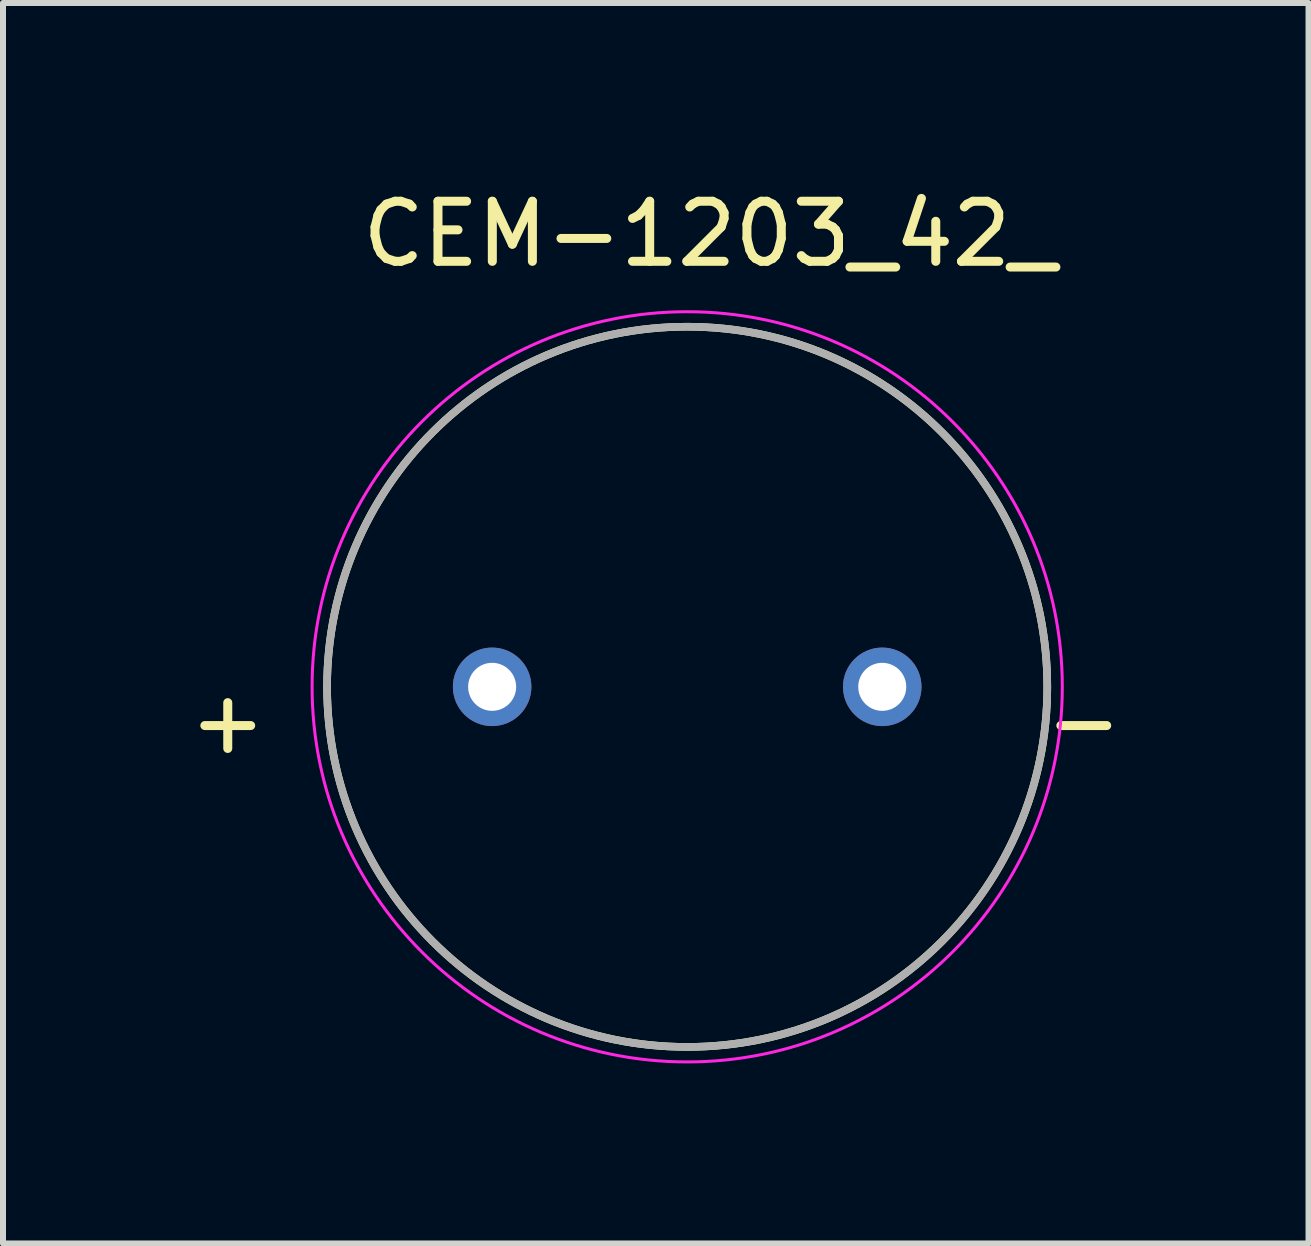
<source format=kicad_pcb>
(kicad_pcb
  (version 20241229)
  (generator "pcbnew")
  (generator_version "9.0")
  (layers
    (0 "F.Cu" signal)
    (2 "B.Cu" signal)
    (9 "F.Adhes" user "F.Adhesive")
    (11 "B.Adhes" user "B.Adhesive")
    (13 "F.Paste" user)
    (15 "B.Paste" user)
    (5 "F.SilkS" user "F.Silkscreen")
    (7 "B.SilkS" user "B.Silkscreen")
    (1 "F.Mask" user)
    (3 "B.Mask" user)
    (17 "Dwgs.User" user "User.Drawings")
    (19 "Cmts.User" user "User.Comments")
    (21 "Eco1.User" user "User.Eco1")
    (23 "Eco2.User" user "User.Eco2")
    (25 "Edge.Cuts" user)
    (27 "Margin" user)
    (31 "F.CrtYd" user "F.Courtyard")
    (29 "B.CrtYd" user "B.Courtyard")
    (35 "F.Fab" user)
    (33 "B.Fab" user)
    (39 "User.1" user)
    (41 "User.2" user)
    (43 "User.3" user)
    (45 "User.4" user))
  (footprint "CEM-1203_42_"
    (layer "F.Cu")
    (at 8.4 8.394)
    (property "Reference" "CEM-1203_42_" (at 0.376 -7.545 0) (layer "F.SilkS") (effects (font (size 1.001 1.001) (thickness 0.15))))
    (attr through_hole)
    (fp_circle (center 0 0) (end 6 0) (stroke (width 0.127) (type solid)) (fill no) (layer "F.SilkS"))
    (fp_circle (center 0 0) (end 6.25 0) (stroke (width 0.05) (type solid)) (fill no) (layer "F.CrtYd"))
    (fp_circle (center 0 0) (end 6 0) (stroke (width 0.127) (type solid)) (fill no) (layer "F.Fab"))
    (fp_text user "-" (at 6.608 0.571 0) (layer "F.SilkS") (effects (font (size 1.002 1.002) (thickness 0.15))))
    (fp_text user "+" (at -7.655 0.571 0) (layer "F.SilkS") (effects (font (size 1.002 1.002) (thickness 0.15))))
    (pad "N" thru_hole circle (at 3.25 0) (size 1.308 1.308) (drill 0.8) (layers "*.Cu" "*.Mask"))
    (pad "P" thru_hole circle (at -3.25 0) (size 1.308 1.308) (drill 0.8) (layers "*.Cu" "*.Mask")))
  (gr_rect
    (start -3 -3)
    (end 18.753 17.669)
    (stroke (width 0.1) (type default))
    (fill no)
    (layer "Edge.Cuts")))
</source>
